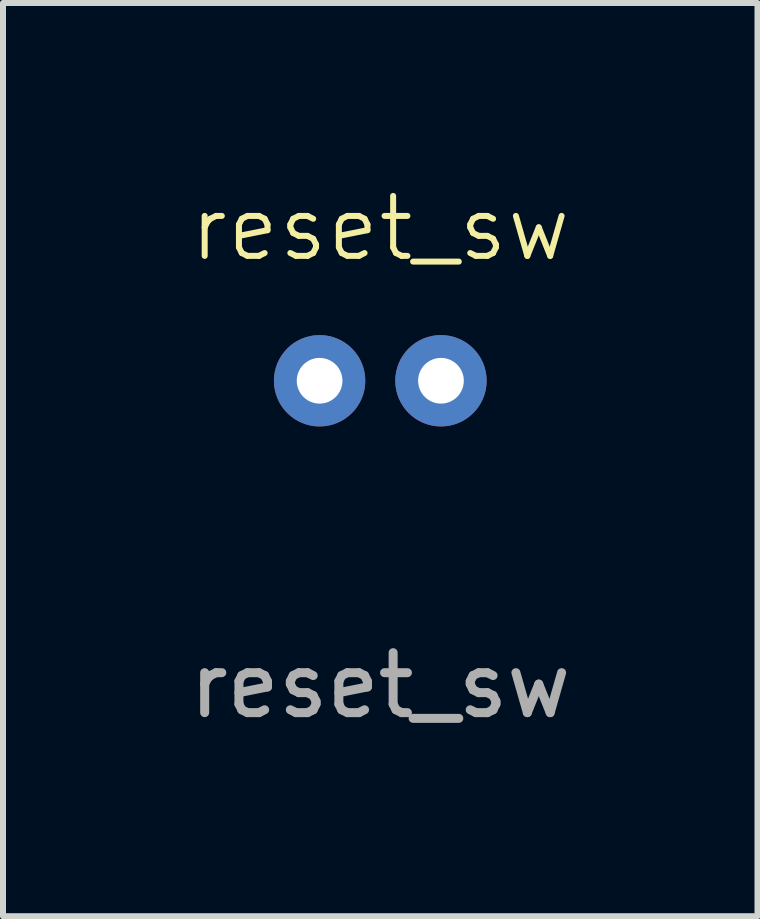
<source format=kicad_pcb>
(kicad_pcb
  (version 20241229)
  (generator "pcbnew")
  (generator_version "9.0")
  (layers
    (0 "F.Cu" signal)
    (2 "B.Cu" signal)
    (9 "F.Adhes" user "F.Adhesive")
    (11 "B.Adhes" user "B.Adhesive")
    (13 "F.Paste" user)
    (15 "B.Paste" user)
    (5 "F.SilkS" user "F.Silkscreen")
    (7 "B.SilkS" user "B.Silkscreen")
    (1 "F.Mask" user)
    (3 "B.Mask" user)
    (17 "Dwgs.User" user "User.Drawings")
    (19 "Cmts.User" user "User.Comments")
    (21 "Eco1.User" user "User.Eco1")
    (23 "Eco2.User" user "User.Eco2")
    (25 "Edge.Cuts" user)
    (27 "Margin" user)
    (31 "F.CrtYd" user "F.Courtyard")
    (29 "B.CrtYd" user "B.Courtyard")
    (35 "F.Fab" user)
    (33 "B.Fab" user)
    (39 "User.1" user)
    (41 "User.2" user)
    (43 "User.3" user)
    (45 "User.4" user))
  (footprint "reset_sw"
    (layer "F.Cu")
    (at 3.292 3.3)
    (property "Reference" "reset_sw" (at 0 -2.54 0) (unlocked yes) (layer "F.SilkS") (effects (font (size 1 1) (thickness 0.1))))
    (attr through_hole)
    (fp_text user "${REFERENCE}" (at 0 5.08 0) (unlocked yes) (layer "F.Fab") (effects (font (size 1 1) (thickness 0.15))))
    (pad "1" thru_hole circle (at -1.012 0) (size 1.524 1.524) (drill 0.762) (layers "*.Cu" "*.Mask"))
    (pad "2" thru_hole circle (at 1.012 0) (size 1.524 1.524) (drill 0.762) (layers "*.Cu" "*.Mask")))
  (gr_rect
    (start -3 -3)
    (end 9.583 12.229)
    (stroke (width 0.1) (type default))
    (fill no)
    (layer "Edge.Cuts")))
</source>
